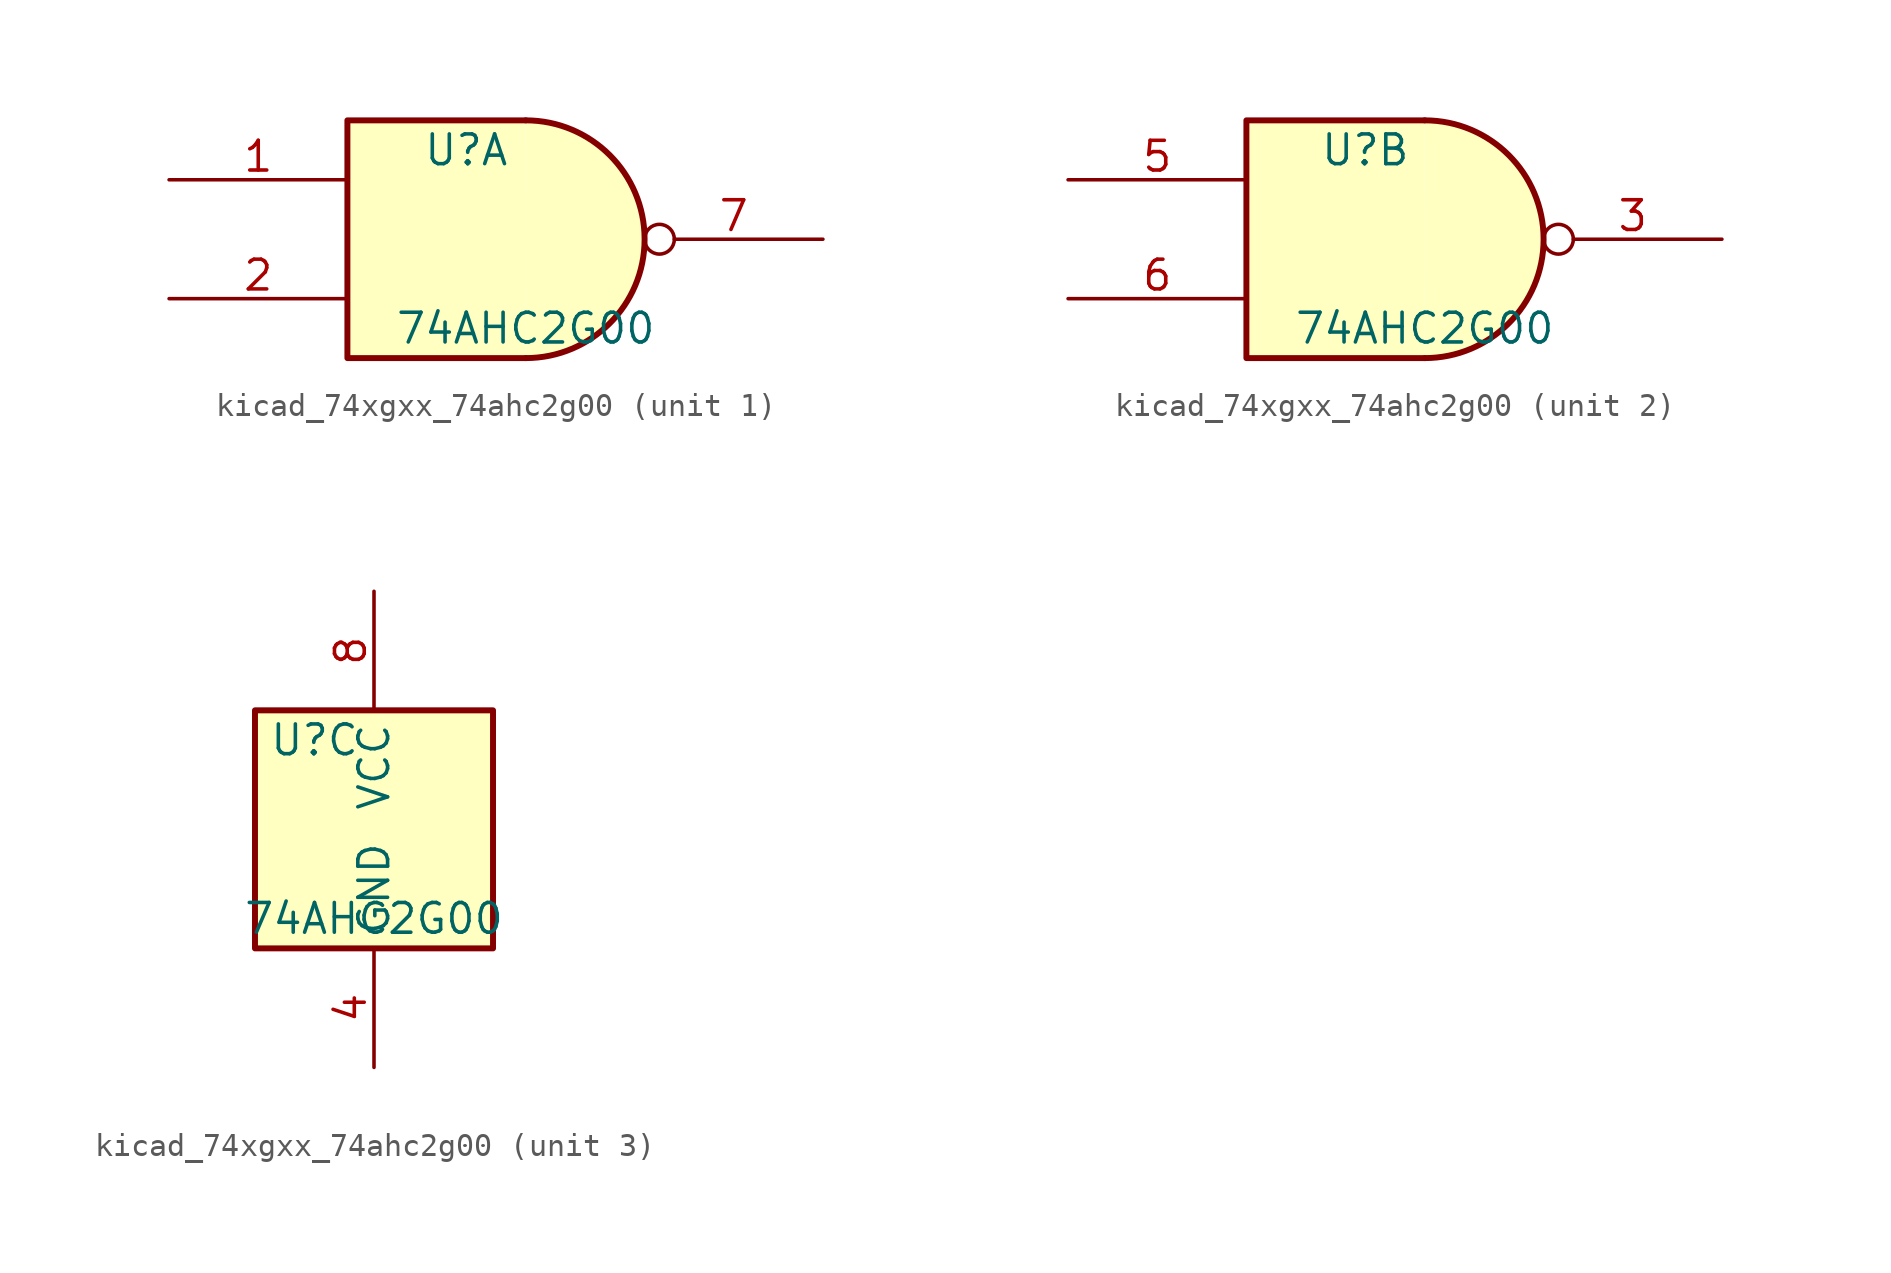
<source format=kicad_sym>
(kicad_symbol_lib
  (version 20220914)
  (generator kicad_symbol_editor)
  (symbol "kicad_74xgxx_74ahc2g00"
    (property "Reference" "U"
      (at -2.54 3.81 0)
      (effects (font (size 1.27 1.27))))
    (property "Value" "74AHC2G00"
      (at 0 -3.81 0)
      (effects (font (size 1.27 1.27))))
    (symbol "kicad_74xgxx_74ahc2g00_1_1"
      (arc (start 0 -5.08) (mid 5.0579 0) (end 0 5.08) (stroke (width 0.254) (type default)) (fill (type background)))
      (polyline (pts (xy 0 -5.08) (xy -7.62 -5.08) (xy -7.62 5.08) (xy 0 5.08)) (stroke (width 0.254) (type default)) (fill (type background)))
      (pin input line (at -15.24 2.54 0) (length 7.62) (name "~" (effects (font (size 1.27 1.27)))) (number "1" (effects (font (size 1.27 1.27)))))
      (pin input line (at -15.24 -2.54 0) (length 7.62) (name "~" (effects (font (size 1.27 1.27)))) (number "2" (effects (font (size 1.27 1.27)))))
      (pin output inverted (at 12.7 0 180) (length 7.62) (name "~" (effects (font (size 1.27 1.27)))) (number "7" (effects (font (size 1.27 1.27))))))
    (symbol "kicad_74xgxx_74ahc2g00_2_1"
      (arc (start 0 -5.08) (mid 5.0579 0) (end 0 5.08) (stroke (width 0.254) (type default)) (fill (type background)))
      (polyline (pts (xy 0 -5.08) (xy -7.62 -5.08) (xy -7.62 5.08) (xy 0 5.08)) (stroke (width 0.254) (type default)) (fill (type background)))
      (pin output inverted (at 12.7 0 180) (length 7.62) (name "~" (effects (font (size 1.27 1.27)))) (number "3" (effects (font (size 1.27 1.27)))))
      (pin input line (at -15.24 2.54 0) (length 7.62) (name "~" (effects (font (size 1.27 1.27)))) (number "5" (effects (font (size 1.27 1.27)))))
      (pin input line (at -15.24 -2.54 0) (length 7.62) (name "~" (effects (font (size 1.27 1.27)))) (number "6" (effects (font (size 1.27 1.27))))))
    (symbol "kicad_74xgxx_74ahc2g00_3_0"
      (rectangle (start -5.08 -5.08) (end 5.08 5.08) (stroke (width 0.254) (type default)) (fill (type background))))
    (symbol "kicad_74xgxx_74ahc2g00_3_1"
      (pin power_in line (at 0 -10.16 90) (length 5.08) (name "GND" (effects (font (size 1.27 1.27)))) (number "4" (effects (font (size 1.27 1.27)))))
      (pin power_in line (at 0 10.16 270) (length 5.08) (name "VCC" (effects (font (size 1.27 1.27)))) (number "8" (effects (font (size 1.27 1.27))))))))
</source>
